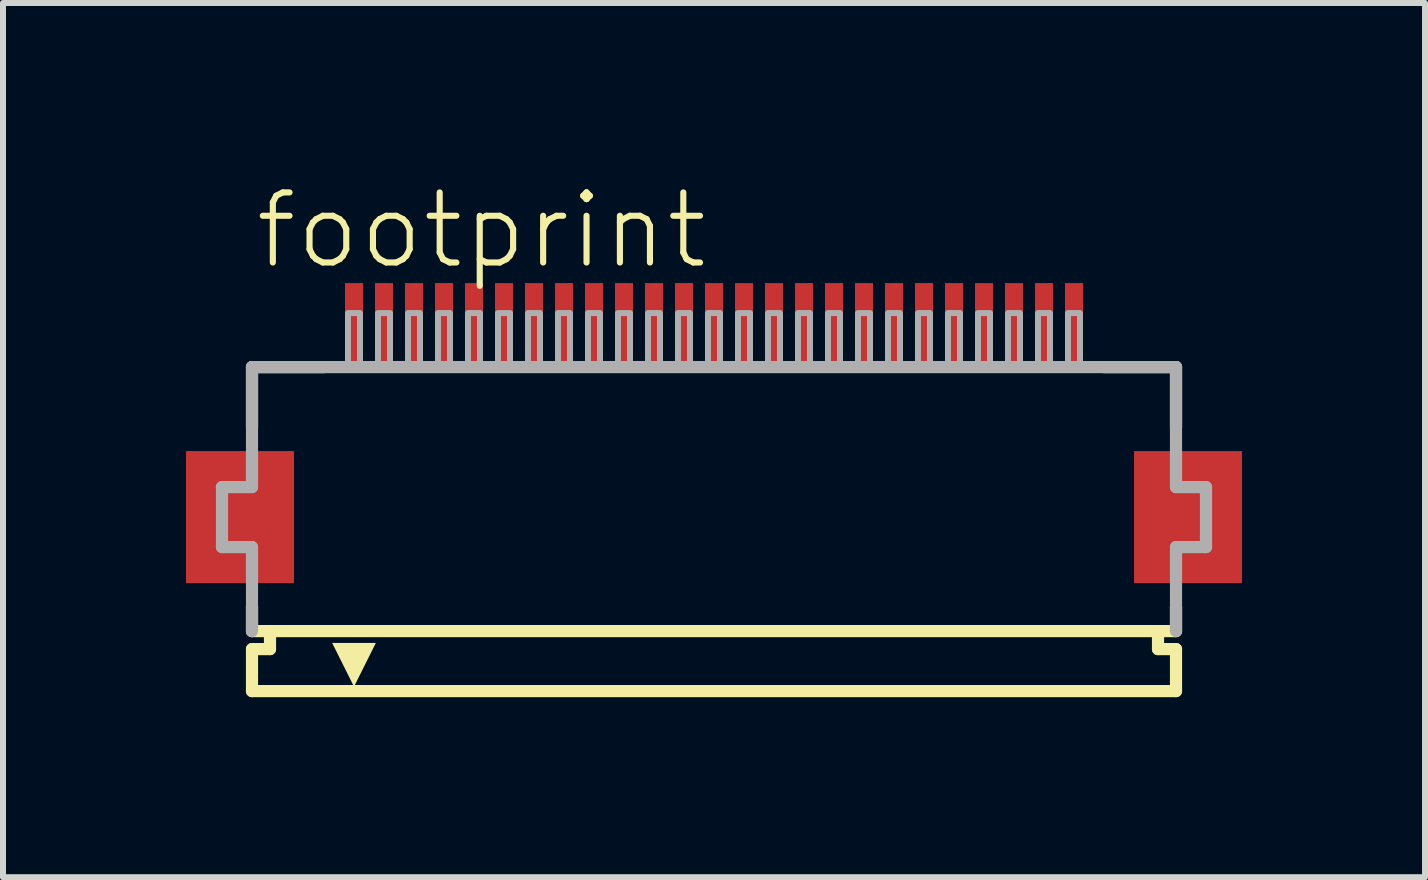
<source format=kicad_pcb>
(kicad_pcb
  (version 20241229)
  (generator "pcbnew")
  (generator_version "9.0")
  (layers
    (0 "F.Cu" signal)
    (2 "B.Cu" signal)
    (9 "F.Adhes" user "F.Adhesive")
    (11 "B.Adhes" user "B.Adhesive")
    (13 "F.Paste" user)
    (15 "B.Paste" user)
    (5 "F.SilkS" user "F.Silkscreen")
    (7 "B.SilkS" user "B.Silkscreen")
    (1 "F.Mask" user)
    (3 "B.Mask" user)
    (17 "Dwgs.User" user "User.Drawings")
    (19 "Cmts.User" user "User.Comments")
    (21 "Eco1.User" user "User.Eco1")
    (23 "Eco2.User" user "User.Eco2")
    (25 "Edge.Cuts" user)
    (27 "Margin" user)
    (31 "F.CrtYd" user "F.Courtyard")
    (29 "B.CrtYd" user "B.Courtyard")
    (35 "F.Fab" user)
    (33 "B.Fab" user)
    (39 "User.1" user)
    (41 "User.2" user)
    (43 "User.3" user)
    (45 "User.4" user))
  (footprint "footprint"
    (layer "F.Cu")
    (at 8.85 5.568)
    (property "Reference" "footprint" (at -7.698 -4.095 0) (layer "F.SilkS") (effects (font (size 1.168 1.168) (thickness 0.102)) (justify left bottom)))
    (fp_poly (pts (xy -7 -1.1) (xy -8.8 -1.1) (xy -8.8 1.1) (xy -7 1.1)) (stroke (width 0) (type solid)) (fill yes) (layer "F.Cu"))
    (fp_poly (pts (xy 8.8 -1.1) (xy 7 -1.1) (xy 7 1.1) (xy 8.8 1.1)) (stroke (width 0) (type solid)) (fill yes) (layer "F.Cu"))
    (fp_poly (pts (xy -6.95 -1.175) (xy -8.85 -1.175) (xy -8.85 1.175) (xy -6.95 1.175)) (stroke (width 0) (type solid)) (fill yes) (layer "F.Mask"))
    (fp_poly (pts (xy -6.2 -2.55) (xy -5.8 -2.55) (xy -5.8 -3.95) (xy -6.2 -3.95)) (stroke (width 0) (type solid)) (fill yes) (layer "F.Mask"))
    (fp_poly (pts (xy -5.7 -2.55) (xy -5.3 -2.55) (xy -5.3 -3.95) (xy -5.7 -3.95)) (stroke (width 0) (type solid)) (fill yes) (layer "F.Mask"))
    (fp_poly (pts (xy -5.2 -2.55) (xy -4.8 -2.55) (xy -4.8 -3.95) (xy -5.2 -3.95)) (stroke (width 0) (type solid)) (fill yes) (layer "F.Mask"))
    (fp_poly (pts (xy -4.7 -2.55) (xy -4.3 -2.55) (xy -4.3 -3.95) (xy -4.7 -3.95)) (stroke (width 0) (type solid)) (fill yes) (layer "F.Mask"))
    (fp_poly (pts (xy -4.2 -2.55) (xy -3.8 -2.55) (xy -3.8 -3.95) (xy -4.2 -3.95)) (stroke (width 0) (type solid)) (fill yes) (layer "F.Mask"))
    (fp_poly (pts (xy -3.7 -2.55) (xy -3.3 -2.55) (xy -3.3 -3.95) (xy -3.7 -3.95)) (stroke (width 0) (type solid)) (fill yes) (layer "F.Mask"))
    (fp_poly (pts (xy -3.2 -2.55) (xy -2.8 -2.55) (xy -2.8 -3.95) (xy -3.2 -3.95)) (stroke (width 0) (type solid)) (fill yes) (layer "F.Mask"))
    (fp_poly (pts (xy -2.7 -2.55) (xy -2.3 -2.55) (xy -2.3 -3.95) (xy -2.7 -3.95)) (stroke (width 0) (type solid)) (fill yes) (layer "F.Mask"))
    (fp_poly (pts (xy -2.2 -2.55) (xy -1.8 -2.55) (xy -1.8 -3.95) (xy -2.2 -3.95)) (stroke (width 0) (type solid)) (fill yes) (layer "F.Mask"))
    (fp_poly (pts (xy -1.7 -2.55) (xy -1.3 -2.55) (xy -1.3 -3.95) (xy -1.7 -3.95)) (stroke (width 0) (type solid)) (fill yes) (layer "F.Mask"))
    (fp_poly (pts (xy -1.2 -2.55) (xy -0.8 -2.55) (xy -0.8 -3.95) (xy -1.2 -3.95)) (stroke (width 0) (type solid)) (fill yes) (layer "F.Mask"))
    (fp_poly (pts (xy -0.7 -2.55) (xy -0.3 -2.55) (xy -0.3 -3.95) (xy -0.7 -3.95)) (stroke (width 0) (type solid)) (fill yes) (layer "F.Mask"))
    (fp_poly (pts (xy -0.2 -2.55) (xy 0.2 -2.55) (xy 0.2 -3.95) (xy -0.2 -3.95)) (stroke (width 0) (type solid)) (fill yes) (layer "F.Mask"))
    (fp_poly (pts (xy 0.3 -2.55) (xy 0.7 -2.55) (xy 0.7 -3.95) (xy 0.3 -3.95)) (stroke (width 0) (type solid)) (fill yes) (layer "F.Mask"))
    (fp_poly (pts (xy 0.8 -2.55) (xy 1.2 -2.55) (xy 1.2 -3.95) (xy 0.8 -3.95)) (stroke (width 0) (type solid)) (fill yes) (layer "F.Mask"))
    (fp_poly (pts (xy 1.3 -2.55) (xy 1.7 -2.55) (xy 1.7 -3.95) (xy 1.3 -3.95)) (stroke (width 0) (type solid)) (fill yes) (layer "F.Mask"))
    (fp_poly (pts (xy 1.8 -2.55) (xy 2.2 -2.55) (xy 2.2 -3.95) (xy 1.8 -3.95)) (stroke (width 0) (type solid)) (fill yes) (layer "F.Mask"))
    (fp_poly (pts (xy 2.3 -2.55) (xy 2.7 -2.55) (xy 2.7 -3.95) (xy 2.3 -3.95)) (stroke (width 0) (type solid)) (fill yes) (layer "F.Mask"))
    (fp_poly (pts (xy 2.8 -2.55) (xy 3.2 -2.55) (xy 3.2 -3.95) (xy 2.8 -3.95)) (stroke (width 0) (type solid)) (fill yes) (layer "F.Mask"))
    (fp_poly (pts (xy 3.3 -2.55) (xy 3.7 -2.55) (xy 3.7 -3.95) (xy 3.3 -3.95)) (stroke (width 0) (type solid)) (fill yes) (layer "F.Mask"))
    (fp_poly (pts (xy 3.8 -2.55) (xy 4.2 -2.55) (xy 4.2 -3.95) (xy 3.8 -3.95)) (stroke (width 0) (type solid)) (fill yes) (layer "F.Mask"))
    (fp_poly (pts (xy 4.3 -2.55) (xy 4.7 -2.55) (xy 4.7 -3.95) (xy 4.3 -3.95)) (stroke (width 0) (type solid)) (fill yes) (layer "F.Mask"))
    (fp_poly (pts (xy 4.8 -2.55) (xy 5.2 -2.55) (xy 5.2 -3.95) (xy 4.8 -3.95)) (stroke (width 0) (type solid)) (fill yes) (layer "F.Mask"))
    (fp_poly (pts (xy 5.3 -2.55) (xy 5.7 -2.55) (xy 5.7 -3.95) (xy 5.3 -3.95)) (stroke (width 0) (type solid)) (fill yes) (layer "F.Mask"))
    (fp_poly (pts (xy 5.8 -2.55) (xy 6.2 -2.55) (xy 6.2 -3.95) (xy 5.8 -3.95)) (stroke (width 0) (type solid)) (fill yes) (layer "F.Mask"))
    (fp_poly (pts (xy 8.85 -1.175) (xy 6.95 -1.175) (xy 6.95 1.175) (xy 8.85 1.175)) (stroke (width 0) (type solid)) (fill yes) (layer "F.Mask"))
    (fp_line (start -7.7 -2.5) (end -7.7 -1.5) (stroke (width 0.203) (type solid)) (layer "F.SilkS"))
    (fp_line (start -7.7 1.5) (end -7.7 1.9) (stroke (width 0.203) (type solid)) (layer "F.SilkS"))
    (fp_line (start -7.7 1.9) (end -7.4 1.9) (stroke (width 0.203) (type solid)) (layer "F.SilkS"))
    (fp_line (start -7.7 2.2) (end -7.7 2.9) (stroke (width 0.203) (type solid)) (layer "F.SilkS"))
    (fp_line (start -7.4 1.9) (end -7.4 2.2) (stroke (width 0.203) (type solid)) (layer "F.SilkS"))
    (fp_line (start -7.4 2.2) (end -7.7 2.2) (stroke (width 0.203) (type solid)) (layer "F.SilkS"))
    (fp_line (start -6.5 -2.5) (end -7.7 -2.5) (stroke (width 0.203) (type solid)) (layer "F.SilkS"))
    (fp_line (start 7.4 1.9) (end -7.4 1.9) (stroke (width 0.203) (type solid)) (layer "F.SilkS"))
    (fp_line (start 7.4 1.9) (end 7.7 1.9) (stroke (width 0.203) (type solid)) (layer "F.SilkS"))
    (fp_line (start 7.4 2.2) (end 7.4 1.9) (stroke (width 0.203) (type solid)) (layer "F.SilkS"))
    (fp_line (start 7.7 -2.5) (end 6.5 -2.5) (stroke (width 0.203) (type solid)) (layer "F.SilkS"))
    (fp_line (start 7.7 -1.5) (end 7.7 -2.5) (stroke (width 0.203) (type solid)) (layer "F.SilkS"))
    (fp_line (start 7.7 1.9) (end 7.7 1.5) (stroke (width 0.203) (type solid)) (layer "F.SilkS"))
    (fp_line (start 7.7 2.2) (end 7.4 2.2) (stroke (width 0.203) (type solid)) (layer "F.SilkS"))
    (fp_line (start 7.7 2.9) (end -7.7 2.9) (stroke (width 0.203) (type solid)) (layer "F.SilkS"))
    (fp_line (start 7.7 2.9) (end 7.7 2.2) (stroke (width 0.203) (type solid)) (layer "F.SilkS"))
    (fp_poly (pts (xy -6 2.827) (xy -6.364 2.098) (xy -5.636 2.098)) (stroke (width 0) (type solid)) (fill yes) (layer "F.SilkS"))
    (fp_poly (pts (xy -7.075 -1.025) (xy -8.725 -1.025) (xy -8.725 1.025) (xy -7.075 1.025)) (stroke (width 0) (type solid)) (fill yes) (layer "F.Paste"))
    (fp_poly (pts (xy -6.125 -2.625) (xy -5.875 -2.625) (xy -5.875 -3.875) (xy -6.125 -3.875)) (stroke (width 0) (type solid)) (fill yes) (layer "F.Paste"))
    (fp_poly (pts (xy -5.625 -2.625) (xy -5.375 -2.625) (xy -5.375 -3.875) (xy -5.625 -3.875)) (stroke (width 0) (type solid)) (fill yes) (layer "F.Paste"))
    (fp_poly (pts (xy -5.125 -2.625) (xy -4.875 -2.625) (xy -4.875 -3.875) (xy -5.125 -3.875)) (stroke (width 0) (type solid)) (fill yes) (layer "F.Paste"))
    (fp_poly (pts (xy -4.625 -2.625) (xy -4.375 -2.625) (xy -4.375 -3.875) (xy -4.625 -3.875)) (stroke (width 0) (type solid)) (fill yes) (layer "F.Paste"))
    (fp_poly (pts (xy -4.125 -2.625) (xy -3.875 -2.625) (xy -3.875 -3.875) (xy -4.125 -3.875)) (stroke (width 0) (type solid)) (fill yes) (layer "F.Paste"))
    (fp_poly (pts (xy -3.625 -2.625) (xy -3.375 -2.625) (xy -3.375 -3.875) (xy -3.625 -3.875)) (stroke (width 0) (type solid)) (fill yes) (layer "F.Paste"))
    (fp_poly (pts (xy -3.125 -2.625) (xy -2.875 -2.625) (xy -2.875 -3.875) (xy -3.125 -3.875)) (stroke (width 0) (type solid)) (fill yes) (layer "F.Paste"))
    (fp_poly (pts (xy -2.625 -2.625) (xy -2.375 -2.625) (xy -2.375 -3.875) (xy -2.625 -3.875)) (stroke (width 0) (type solid)) (fill yes) (layer "F.Paste"))
    (fp_poly (pts (xy -2.125 -2.625) (xy -1.875 -2.625) (xy -1.875 -3.875) (xy -2.125 -3.875)) (stroke (width 0) (type solid)) (fill yes) (layer "F.Paste"))
    (fp_poly (pts (xy -1.625 -2.625) (xy -1.375 -2.625) (xy -1.375 -3.875) (xy -1.625 -3.875)) (stroke (width 0) (type solid)) (fill yes) (layer "F.Paste"))
    (fp_poly (pts (xy -1.125 -2.625) (xy -0.875 -2.625) (xy -0.875 -3.875) (xy -1.125 -3.875)) (stroke (width 0) (type solid)) (fill yes) (layer "F.Paste"))
    (fp_poly (pts (xy -0.625 -2.625) (xy -0.375 -2.625) (xy -0.375 -3.875) (xy -0.625 -3.875)) (stroke (width 0) (type solid)) (fill yes) (layer "F.Paste"))
    (fp_poly (pts (xy -0.125 -2.625) (xy 0.125 -2.625) (xy 0.125 -3.875) (xy -0.125 -3.875)) (stroke (width 0) (type solid)) (fill yes) (layer "F.Paste"))
    (fp_poly (pts (xy 0.375 -2.625) (xy 0.625 -2.625) (xy 0.625 -3.875) (xy 0.375 -3.875)) (stroke (width 0) (type solid)) (fill yes) (layer "F.Paste"))
    (fp_poly (pts (xy 0.875 -2.625) (xy 1.125 -2.625) (xy 1.125 -3.875) (xy 0.875 -3.875)) (stroke (width 0) (type solid)) (fill yes) (layer "F.Paste"))
    (fp_poly (pts (xy 1.375 -2.625) (xy 1.625 -2.625) (xy 1.625 -3.875) (xy 1.375 -3.875)) (stroke (width 0) (type solid)) (fill yes) (layer "F.Paste"))
    (fp_poly (pts (xy 1.875 -2.625) (xy 2.125 -2.625) (xy 2.125 -3.875) (xy 1.875 -3.875)) (stroke (width 0) (type solid)) (fill yes) (layer "F.Paste"))
    (fp_poly (pts (xy 2.375 -2.625) (xy 2.625 -2.625) (xy 2.625 -3.875) (xy 2.375 -3.875)) (stroke (width 0) (type solid)) (fill yes) (layer "F.Paste"))
    (fp_poly (pts (xy 2.875 -2.625) (xy 3.125 -2.625) (xy 3.125 -3.875) (xy 2.875 -3.875)) (stroke (width 0) (type solid)) (fill yes) (layer "F.Paste"))
    (fp_poly (pts (xy 3.375 -2.625) (xy 3.625 -2.625) (xy 3.625 -3.875) (xy 3.375 -3.875)) (stroke (width 0) (type solid)) (fill yes) (layer "F.Paste"))
    (fp_poly (pts (xy 3.875 -2.625) (xy 4.125 -2.625) (xy 4.125 -3.875) (xy 3.875 -3.875)) (stroke (width 0) (type solid)) (fill yes) (layer "F.Paste"))
    (fp_poly (pts (xy 4.375 -2.625) (xy 4.625 -2.625) (xy 4.625 -3.875) (xy 4.375 -3.875)) (stroke (width 0) (type solid)) (fill yes) (layer "F.Paste"))
    (fp_poly (pts (xy 4.875 -2.625) (xy 5.125 -2.625) (xy 5.125 -3.875) (xy 4.875 -3.875)) (stroke (width 0) (type solid)) (fill yes) (layer "F.Paste"))
    (fp_poly (pts (xy 5.375 -2.625) (xy 5.625 -2.625) (xy 5.625 -3.875) (xy 5.375 -3.875)) (stroke (width 0) (type solid)) (fill yes) (layer "F.Paste"))
    (fp_poly (pts (xy 5.875 -2.625) (xy 6.125 -2.625) (xy 6.125 -3.875) (xy 5.875 -3.875)) (stroke (width 0) (type solid)) (fill yes) (layer "F.Paste"))
    (fp_poly (pts (xy 8.725 -1.025) (xy 7.075 -1.025) (xy 7.075 1.025) (xy 8.725 1.025)) (stroke (width 0) (type solid)) (fill yes) (layer "F.Paste"))
    (fp_line (start -8.2 -0.5) (end -8.2 0.5) (stroke (width 0.203) (type solid)) (layer "F.Fab"))
    (fp_line (start -8.2 0.5) (end -7.7 0.5) (stroke (width 0.203) (type solid)) (layer "F.Fab"))
    (fp_line (start -7.7 -2.5) (end -7.7 -0.5) (stroke (width 0.203) (type solid)) (layer "F.Fab"))
    (fp_line (start -7.7 -0.5) (end -8.2 -0.5) (stroke (width 0.203) (type solid)) (layer "F.Fab"))
    (fp_line (start -7.7 0.5) (end -7.7 1.9) (stroke (width 0.203) (type solid)) (layer "F.Fab"))
    (fp_line (start 7.7 -2.5) (end -7.7 -2.5) (stroke (width 0.203) (type solid)) (layer "F.Fab"))
    (fp_line (start 7.7 -0.5) (end 7.7 -2.5) (stroke (width 0.203) (type solid)) (layer "F.Fab"))
    (fp_line (start 7.7 0.5) (end 8.2 0.5) (stroke (width 0.203) (type solid)) (layer "F.Fab"))
    (fp_line (start 7.7 1.9) (end 7.7 0.5) (stroke (width 0.203) (type solid)) (layer "F.Fab"))
    (fp_line (start 8.2 -0.5) (end 7.7 -0.5) (stroke (width 0.203) (type solid)) (layer "F.Fab"))
    (fp_line (start 8.2 0.5) (end 8.2 -0.5) (stroke (width 0.203) (type solid)) (layer "F.Fab"))
    (fp_poly (pts (xy -6.1 -2.55) (xy -5.9 -2.55) (xy -5.9 -3.4) (xy -6.1 -3.4)) (stroke (width 0.1) (type solid)) (fill no) (layer "F.Fab"))
    (fp_poly (pts (xy -5.6 -2.55) (xy -5.4 -2.55) (xy -5.4 -3.4) (xy -5.6 -3.4)) (stroke (width 0.1) (type solid)) (fill no) (layer "F.Fab"))
    (fp_poly (pts (xy -5.1 -2.55) (xy -4.9 -2.55) (xy -4.9 -3.4) (xy -5.1 -3.4)) (stroke (width 0.1) (type solid)) (fill no) (layer "F.Fab"))
    (fp_poly (pts (xy -4.6 -2.55) (xy -4.4 -2.55) (xy -4.4 -3.4) (xy -4.6 -3.4)) (stroke (width 0.1) (type solid)) (fill no) (layer "F.Fab"))
    (fp_poly (pts (xy -4.1 -2.55) (xy -3.9 -2.55) (xy -3.9 -3.4) (xy -4.1 -3.4)) (stroke (width 0.1) (type solid)) (fill no) (layer "F.Fab"))
    (fp_poly (pts (xy -3.6 -2.55) (xy -3.4 -2.55) (xy -3.4 -3.4) (xy -3.6 -3.4)) (stroke (width 0.1) (type solid)) (fill no) (layer "F.Fab"))
    (fp_poly (pts (xy -3.1 -2.55) (xy -2.9 -2.55) (xy -2.9 -3.4) (xy -3.1 -3.4)) (stroke (width 0.1) (type solid)) (fill no) (layer "F.Fab"))
    (fp_poly (pts (xy -2.6 -2.55) (xy -2.4 -2.55) (xy -2.4 -3.4) (xy -2.6 -3.4)) (stroke (width 0.1) (type solid)) (fill no) (layer "F.Fab"))
    (fp_poly (pts (xy -2.1 -2.55) (xy -1.9 -2.55) (xy -1.9 -3.4) (xy -2.1 -3.4)) (stroke (width 0.1) (type solid)) (fill no) (layer "F.Fab"))
    (fp_poly (pts (xy -1.6 -2.55) (xy -1.4 -2.55) (xy -1.4 -3.4) (xy -1.6 -3.4)) (stroke (width 0.1) (type solid)) (fill no) (layer "F.Fab"))
    (fp_poly (pts (xy -1.1 -2.55) (xy -0.9 -2.55) (xy -0.9 -3.4) (xy -1.1 -3.4)) (stroke (width 0.1) (type solid)) (fill no) (layer "F.Fab"))
    (fp_poly (pts (xy -0.6 -2.55) (xy -0.4 -2.55) (xy -0.4 -3.4) (xy -0.6 -3.4)) (stroke (width 0.1) (type solid)) (fill no) (layer "F.Fab"))
    (fp_poly (pts (xy -0.1 -2.55) (xy 0.1 -2.55) (xy 0.1 -3.4) (xy -0.1 -3.4)) (stroke (width 0.1) (type solid)) (fill no) (layer "F.Fab"))
    (fp_poly (pts (xy 0.4 -2.55) (xy 0.6 -2.55) (xy 0.6 -3.4) (xy 0.4 -3.4)) (stroke (width 0.1) (type solid)) (fill no) (layer "F.Fab"))
    (fp_poly (pts (xy 0.9 -2.55) (xy 1.1 -2.55) (xy 1.1 -3.4) (xy 0.9 -3.4)) (stroke (width 0.1) (type solid)) (fill no) (layer "F.Fab"))
    (fp_poly (pts (xy 1.4 -2.55) (xy 1.6 -2.55) (xy 1.6 -3.4) (xy 1.4 -3.4)) (stroke (width 0.1) (type solid)) (fill no) (layer "F.Fab"))
    (fp_poly (pts (xy 1.9 -2.55) (xy 2.1 -2.55) (xy 2.1 -3.4) (xy 1.9 -3.4)) (stroke (width 0.1) (type solid)) (fill no) (layer "F.Fab"))
    (fp_poly (pts (xy 2.4 -2.55) (xy 2.6 -2.55) (xy 2.6 -3.4) (xy 2.4 -3.4)) (stroke (width 0.1) (type solid)) (fill no) (layer "F.Fab"))
    (fp_poly (pts (xy 2.9 -2.55) (xy 3.1 -2.55) (xy 3.1 -3.4) (xy 2.9 -3.4)) (stroke (width 0.1) (type solid)) (fill no) (layer "F.Fab"))
    (fp_poly (pts (xy 3.4 -2.55) (xy 3.6 -2.55) (xy 3.6 -3.4) (xy 3.4 -3.4)) (stroke (width 0.1) (type solid)) (fill no) (layer "F.Fab"))
    (fp_poly (pts (xy 3.9 -2.55) (xy 4.1 -2.55) (xy 4.1 -3.4) (xy 3.9 -3.4)) (stroke (width 0.1) (type solid)) (fill no) (layer "F.Fab"))
    (fp_poly (pts (xy 4.4 -2.55) (xy 4.6 -2.55) (xy 4.6 -3.4) (xy 4.4 -3.4)) (stroke (width 0.1) (type solid)) (fill no) (layer "F.Fab"))
    (fp_poly (pts (xy 4.9 -2.55) (xy 5.1 -2.55) (xy 5.1 -3.4) (xy 4.9 -3.4)) (stroke (width 0.1) (type solid)) (fill no) (layer "F.Fab"))
    (fp_poly (pts (xy 5.4 -2.55) (xy 5.6 -2.55) (xy 5.6 -3.4) (xy 5.4 -3.4)) (stroke (width 0.1) (type solid)) (fill no) (layer "F.Fab"))
    (fp_poly (pts (xy 5.9 -2.55) (xy 6.1 -2.55) (xy 6.1 -3.4) (xy 5.9 -3.4)) (stroke (width 0.1) (type solid)) (fill no) (layer "F.Fab"))
    (pad "1" smd rect (at -6 -3.25) (size 0.3 1.3) (layers "F.Cu"))
    (pad "2" smd rect (at -5.5 -3.25) (size 0.3 1.3) (layers "F.Cu"))
    (pad "3" smd rect (at -5 -3.25) (size 0.3 1.3) (layers "F.Cu"))
    (pad "4" smd rect (at -4.5 -3.25) (size 0.3 1.3) (layers "F.Cu"))
    (pad "5" smd rect (at -4 -3.25) (size 0.3 1.3) (layers "F.Cu"))
    (pad "6" smd rect (at -3.5 -3.25) (size 0.3 1.3) (layers "F.Cu"))
    (pad "7" smd rect (at -3 -3.25) (size 0.3 1.3) (layers "F.Cu"))
    (pad "8" smd rect (at -2.5 -3.25) (size 0.3 1.3) (layers "F.Cu"))
    (pad "9" smd rect (at -2 -3.25) (size 0.3 1.3) (layers "F.Cu"))
    (pad "10" smd rect (at -1.5 -3.25) (size 0.3 1.3) (layers "F.Cu"))
    (pad "11" smd rect (at -1 -3.25) (size 0.3 1.3) (layers "F.Cu"))
    (pad "12" smd rect (at -0.5 -3.25) (size 0.3 1.3) (layers "F.Cu"))
    (pad "13" smd rect (at 0 -3.25) (size 0.3 1.3) (layers "F.Cu"))
    (pad "14" smd rect (at 0.5 -3.25) (size 0.3 1.3) (layers "F.Cu"))
    (pad "15" smd rect (at 1 -3.25) (size 0.3 1.3) (layers "F.Cu"))
    (pad "16" smd rect (at 1.5 -3.25) (size 0.3 1.3) (layers "F.Cu"))
    (pad "17" smd rect (at 2 -3.25) (size 0.3 1.3) (layers "F.Cu"))
    (pad "18" smd rect (at 2.5 -3.25) (size 0.3 1.3) (layers "F.Cu"))
    (pad "19" smd rect (at 3 -3.25) (size 0.3 1.3) (layers "F.Cu"))
    (pad "20" smd rect (at 3.5 -3.25) (size 0.3 1.3) (layers "F.Cu"))
    (pad "21" smd rect (at 4 -3.25) (size 0.3 1.3) (layers "F.Cu"))
    (pad "22" smd rect (at 4.5 -3.25) (size 0.3 1.3) (layers "F.Cu"))
    (pad "23" smd rect (at 5 -3.25) (size 0.3 1.3) (layers "F.Cu"))
    (pad "24" smd rect (at 5.5 -3.25) (size 0.3 1.3) (layers "F.Cu"))
    (pad "25" smd rect (at 6 -3.25) (size 0.3 1.3) (layers "F.Cu")))
  (gr_rect
    (start -3 -3)
    (end 20.7 11.57)
    (stroke (width 0.1) (type default))
    (fill no)
    (layer "Edge.Cuts")))
</source>
